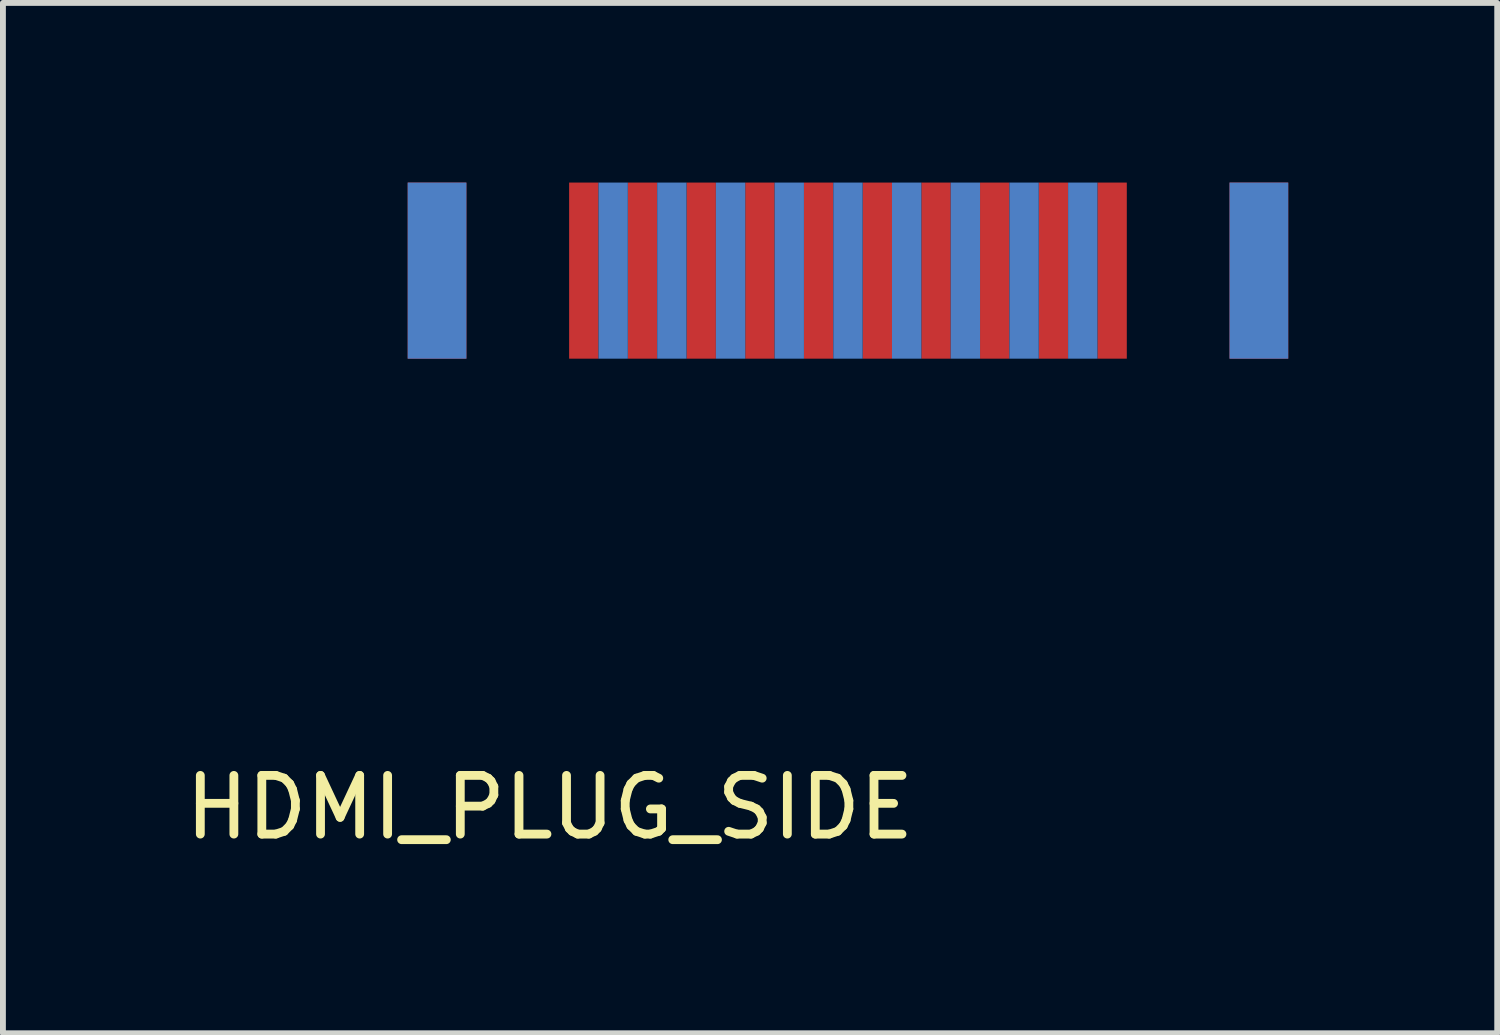
<source format=kicad_pcb>
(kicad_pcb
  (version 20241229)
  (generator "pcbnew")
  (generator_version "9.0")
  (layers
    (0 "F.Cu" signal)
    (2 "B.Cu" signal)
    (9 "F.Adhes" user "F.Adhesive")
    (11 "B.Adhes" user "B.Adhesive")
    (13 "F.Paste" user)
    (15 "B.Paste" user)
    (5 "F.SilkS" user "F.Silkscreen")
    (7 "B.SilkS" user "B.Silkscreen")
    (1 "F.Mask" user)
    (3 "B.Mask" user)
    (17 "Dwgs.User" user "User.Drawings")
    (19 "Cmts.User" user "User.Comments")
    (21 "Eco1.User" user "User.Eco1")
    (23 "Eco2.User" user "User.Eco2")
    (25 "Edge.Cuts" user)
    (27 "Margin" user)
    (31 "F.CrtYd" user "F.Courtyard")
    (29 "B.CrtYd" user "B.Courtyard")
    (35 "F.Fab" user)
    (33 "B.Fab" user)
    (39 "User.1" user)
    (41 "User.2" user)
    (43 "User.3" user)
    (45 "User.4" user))
  (footprint "HDMI_PLUG_SIDE"
    (layer "F.Cu")
    (at 11.395 1.56)
    (property "Reference" "HDMI_PLUG_SIDE" (at -5.08 9.144 0) (layer "F.SilkS") (effects (font (size 1 1) (thickness 0.15))))
    (attr through_hole)
    (fp_line (start -8 -1.5) (end 8 -1.5) (stroke (width 0.12) (type solid)) (layer "Eco1.User"))
    (pad "" smd rect (at -7.75 0) (size 0.5 3) (layers "*.Mask"))
    (pad "" smd rect (at 7.75 0) (size 0.5 3) (layers "*.Mask"))
    (pad "1" smd rect (at 4.5 0) (size 0.5 3) (layers "F.Cu" "F.Mask" "F.Paste"))
    (pad "2" smd rect (at 4 0) (size 0.5 3) (layers "B.Cu" "B.Mask" "B.Paste"))
    (pad "3" smd rect (at 3.5 0) (size 0.5 3) (layers "F.Cu" "F.Mask" "F.Paste"))
    (pad "4" smd rect (at 3 0) (size 0.5 3) (layers "B.Cu" "B.Mask" "B.Paste"))
    (pad "5" smd rect (at 2.5 0) (size 0.5 3) (layers "F.Cu" "F.Mask" "F.Paste"))
    (pad "6" smd rect (at 2 0) (size 0.5 3) (layers "B.Cu" "B.Mask" "B.Paste"))
    (pad "7" smd rect (at 1.5 0) (size 0.5 3) (layers "F.Cu" "F.Mask" "F.Paste"))
    (pad "8" smd rect (at 1 0) (size 0.5 3) (layers "B.Cu" "B.Mask" "B.Paste"))
    (pad "9" smd rect (at 0.5 0) (size 0.5 3) (layers "F.Cu" "F.Mask" "F.Paste"))
    (pad "10" smd rect (at 0 0) (size 0.5 3) (layers "B.Cu" "B.Mask" "B.Paste"))
    (pad "11" smd rect (at -0.5 0) (size 0.5 3) (layers "F.Cu" "F.Mask" "F.Paste"))
    (pad "12" smd rect (at -1 0) (size 0.5 3) (layers "B.Cu" "B.Mask" "B.Paste"))
    (pad "13" smd rect (at -1.5 0) (size 0.5 3) (layers "F.Cu" "F.Mask" "F.Paste"))
    (pad "14" smd rect (at -2 0) (size 0.5 3) (layers "B.Cu" "B.Mask" "B.Paste"))
    (pad "15" smd rect (at -2.5 0) (size 0.5 3) (layers "F.Cu" "F.Mask" "F.Paste"))
    (pad "16" smd rect (at -3 0) (size 0.5 3) (layers "B.Cu" "B.Mask" "B.Paste"))
    (pad "17" smd rect (at -3.5 0) (size 0.5 3) (layers "F.Cu" "F.Mask" "F.Paste"))
    (pad "18" smd rect (at -4 0) (size 0.5 3) (layers "B.Cu" "B.Mask" "B.Paste"))
    (pad "19" smd rect (at -4.5 0) (size 0.5 3) (layers "F.Cu" "F.Mask" "F.Paste"))
    (pad "SH" smd rect (at -7 0) (size 1 3) (layers "F.Cu" "F.Mask" "F.Paste"))
    (pad "SH" smd rect (at -7 0) (size 1 3) (layers "B.Cu" "B.Mask" "B.Paste"))
    (pad "SH" smd rect (at 7 0) (size 1 3) (layers "F.Cu" "F.Mask" "F.Paste"))
    (pad "SH" smd rect (at 7 0) (size 1 3) (layers "B.Cu" "B.Mask" "B.Paste")))
  (gr_rect
    (start -3 -3)
    (end 22.455 14.552)
    (stroke (width 0.1) (type default))
    (fill no)
    (layer "Edge.Cuts")))
</source>
